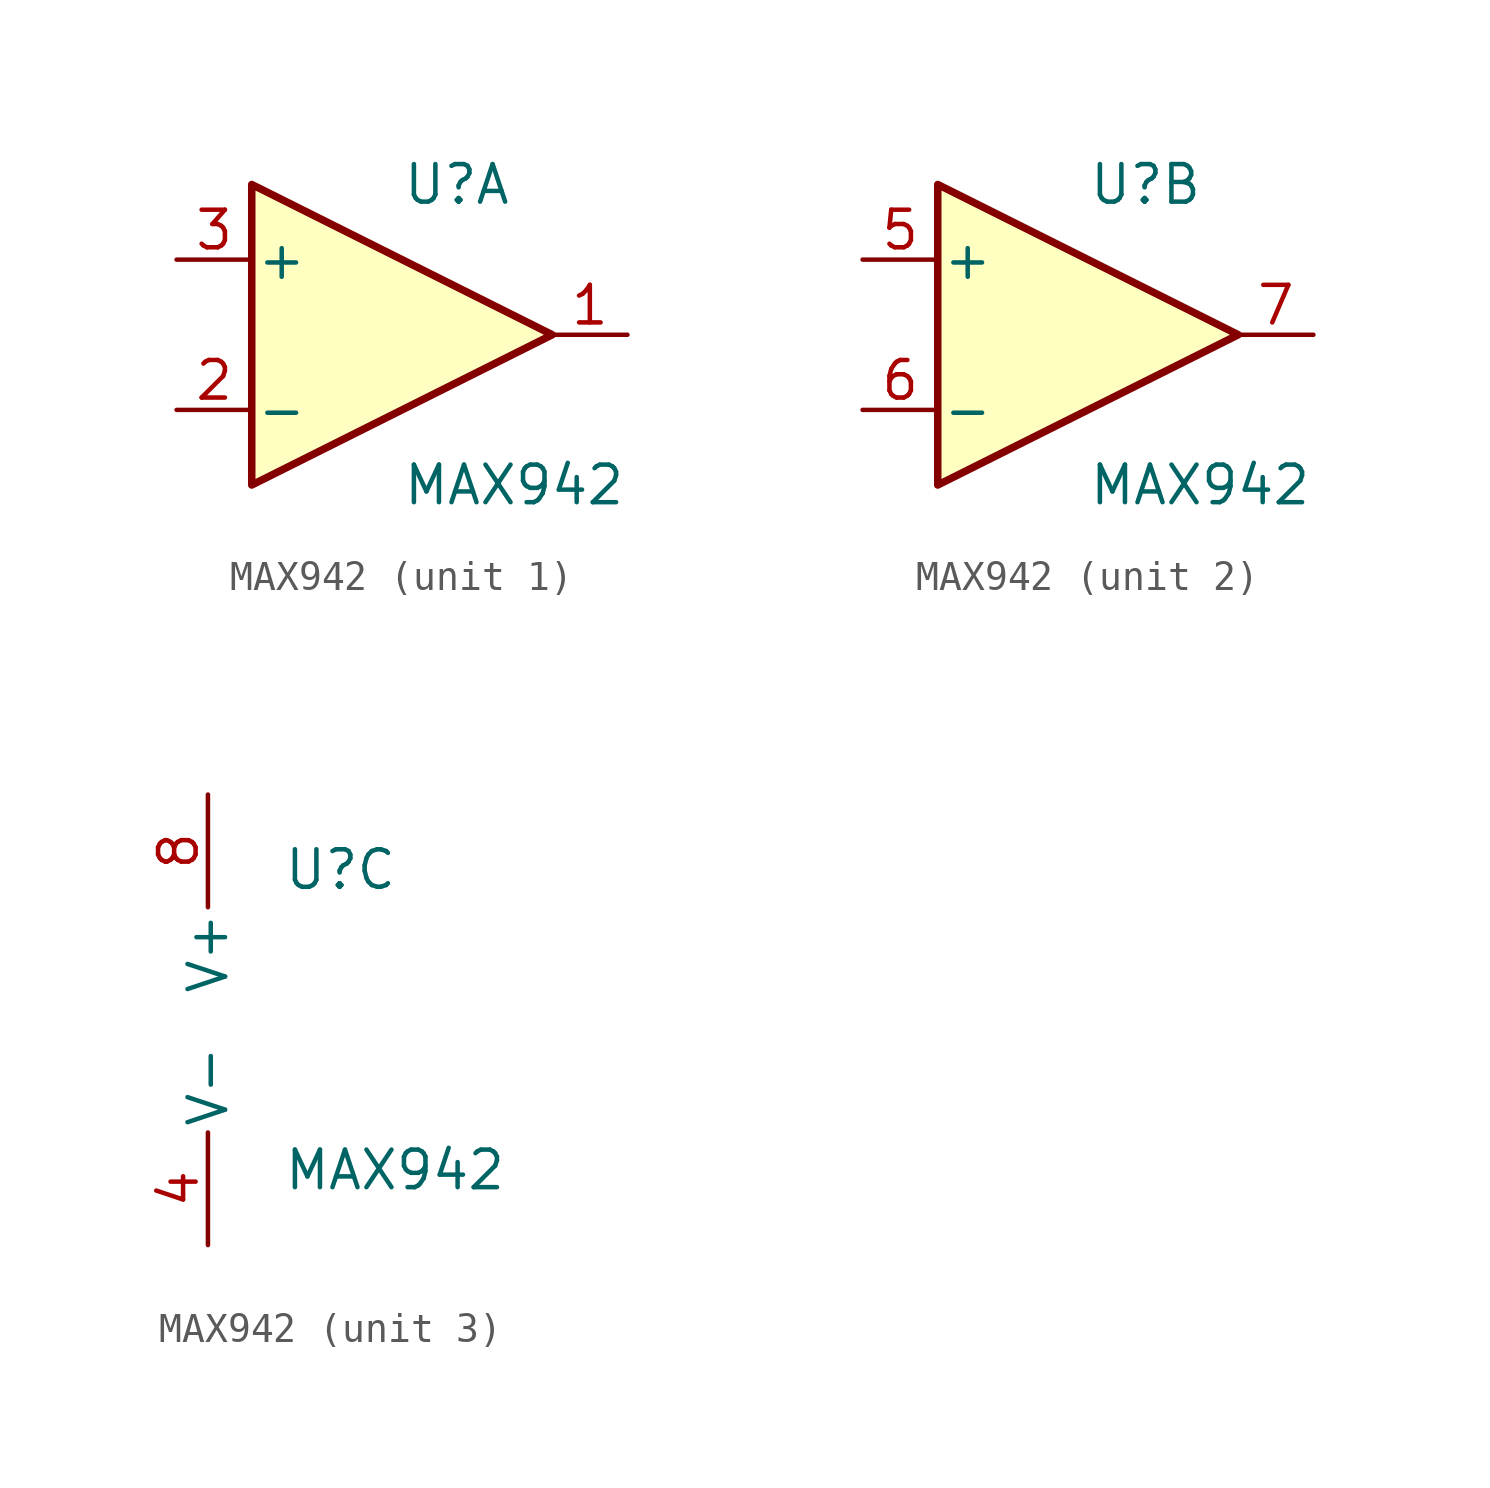
<source format=kicad_sym>
(kicad_symbol_lib
  (version 20231120)
  (generator "kicad_symbol_editor")
  (generator_version "8.0")
  (symbol "MAX942"
    (pin_names
      (offset 0.127))
    (property "Reference" "U"
      (at 0 5.08 0)
      (effects (font (size 1.27 1.27)) (justify left)))
    (property "Value" "MAX942"
      (at 0 -5.08 0)
      (effects (font (size 1.27 1.27)) (justify left)))
    (property "ki_locked" ""
      (at 0 0 0)
      (effects (font (size 1.27 1.27))))
    (symbol "MAX942_1_1"
      (polyline (pts (xy -5.08 5.08) (xy 5.08 0) (xy -5.08 -5.08) (xy -5.08 5.08)) (stroke (width 0.254) (type default)) (fill (type background)))
      (pin output line (at 7.62 0 180) (length 2.54) (name "~" (effects (font (size 1.27 1.27)))) (number "1" (effects (font (size 1.27 1.27)))))
      (pin input line (at -7.62 -2.54 0) (length 2.54) (name "-" (effects (font (size 1.27 1.27)))) (number "2" (effects (font (size 1.27 1.27)))))
      (pin input line (at -7.62 2.54 0) (length 2.54) (name "+" (effects (font (size 1.27 1.27)))) (number "3" (effects (font (size 1.27 1.27))))))
    (symbol "MAX942_2_1"
      (polyline (pts (xy -5.08 5.08) (xy 5.08 0) (xy -5.08 -5.08) (xy -5.08 5.08)) (stroke (width 0.254) (type default)) (fill (type background)))
      (pin input line (at -7.62 2.54 0) (length 2.54) (name "+" (effects (font (size 1.27 1.27)))) (number "5" (effects (font (size 1.27 1.27)))))
      (pin input line (at -7.62 -2.54 0) (length 2.54) (name "-" (effects (font (size 1.27 1.27)))) (number "6" (effects (font (size 1.27 1.27)))))
      (pin output line (at 7.62 0 180) (length 2.54) (name "~" (effects (font (size 1.27 1.27)))) (number "7" (effects (font (size 1.27 1.27))))))
    (symbol "MAX942_3_1"
      (pin power_in line (at -2.54 -7.62 90) (length 3.81) (name "V-" (effects (font (size 1.27 1.27)))) (number "4" (effects (font (size 1.27 1.27)))))
      (pin power_in line (at -2.54 7.62 270) (length 3.81) (name "V+" (effects (font (size 1.27 1.27)))) (number "8" (effects (font (size 1.27 1.27))))))))
</source>
